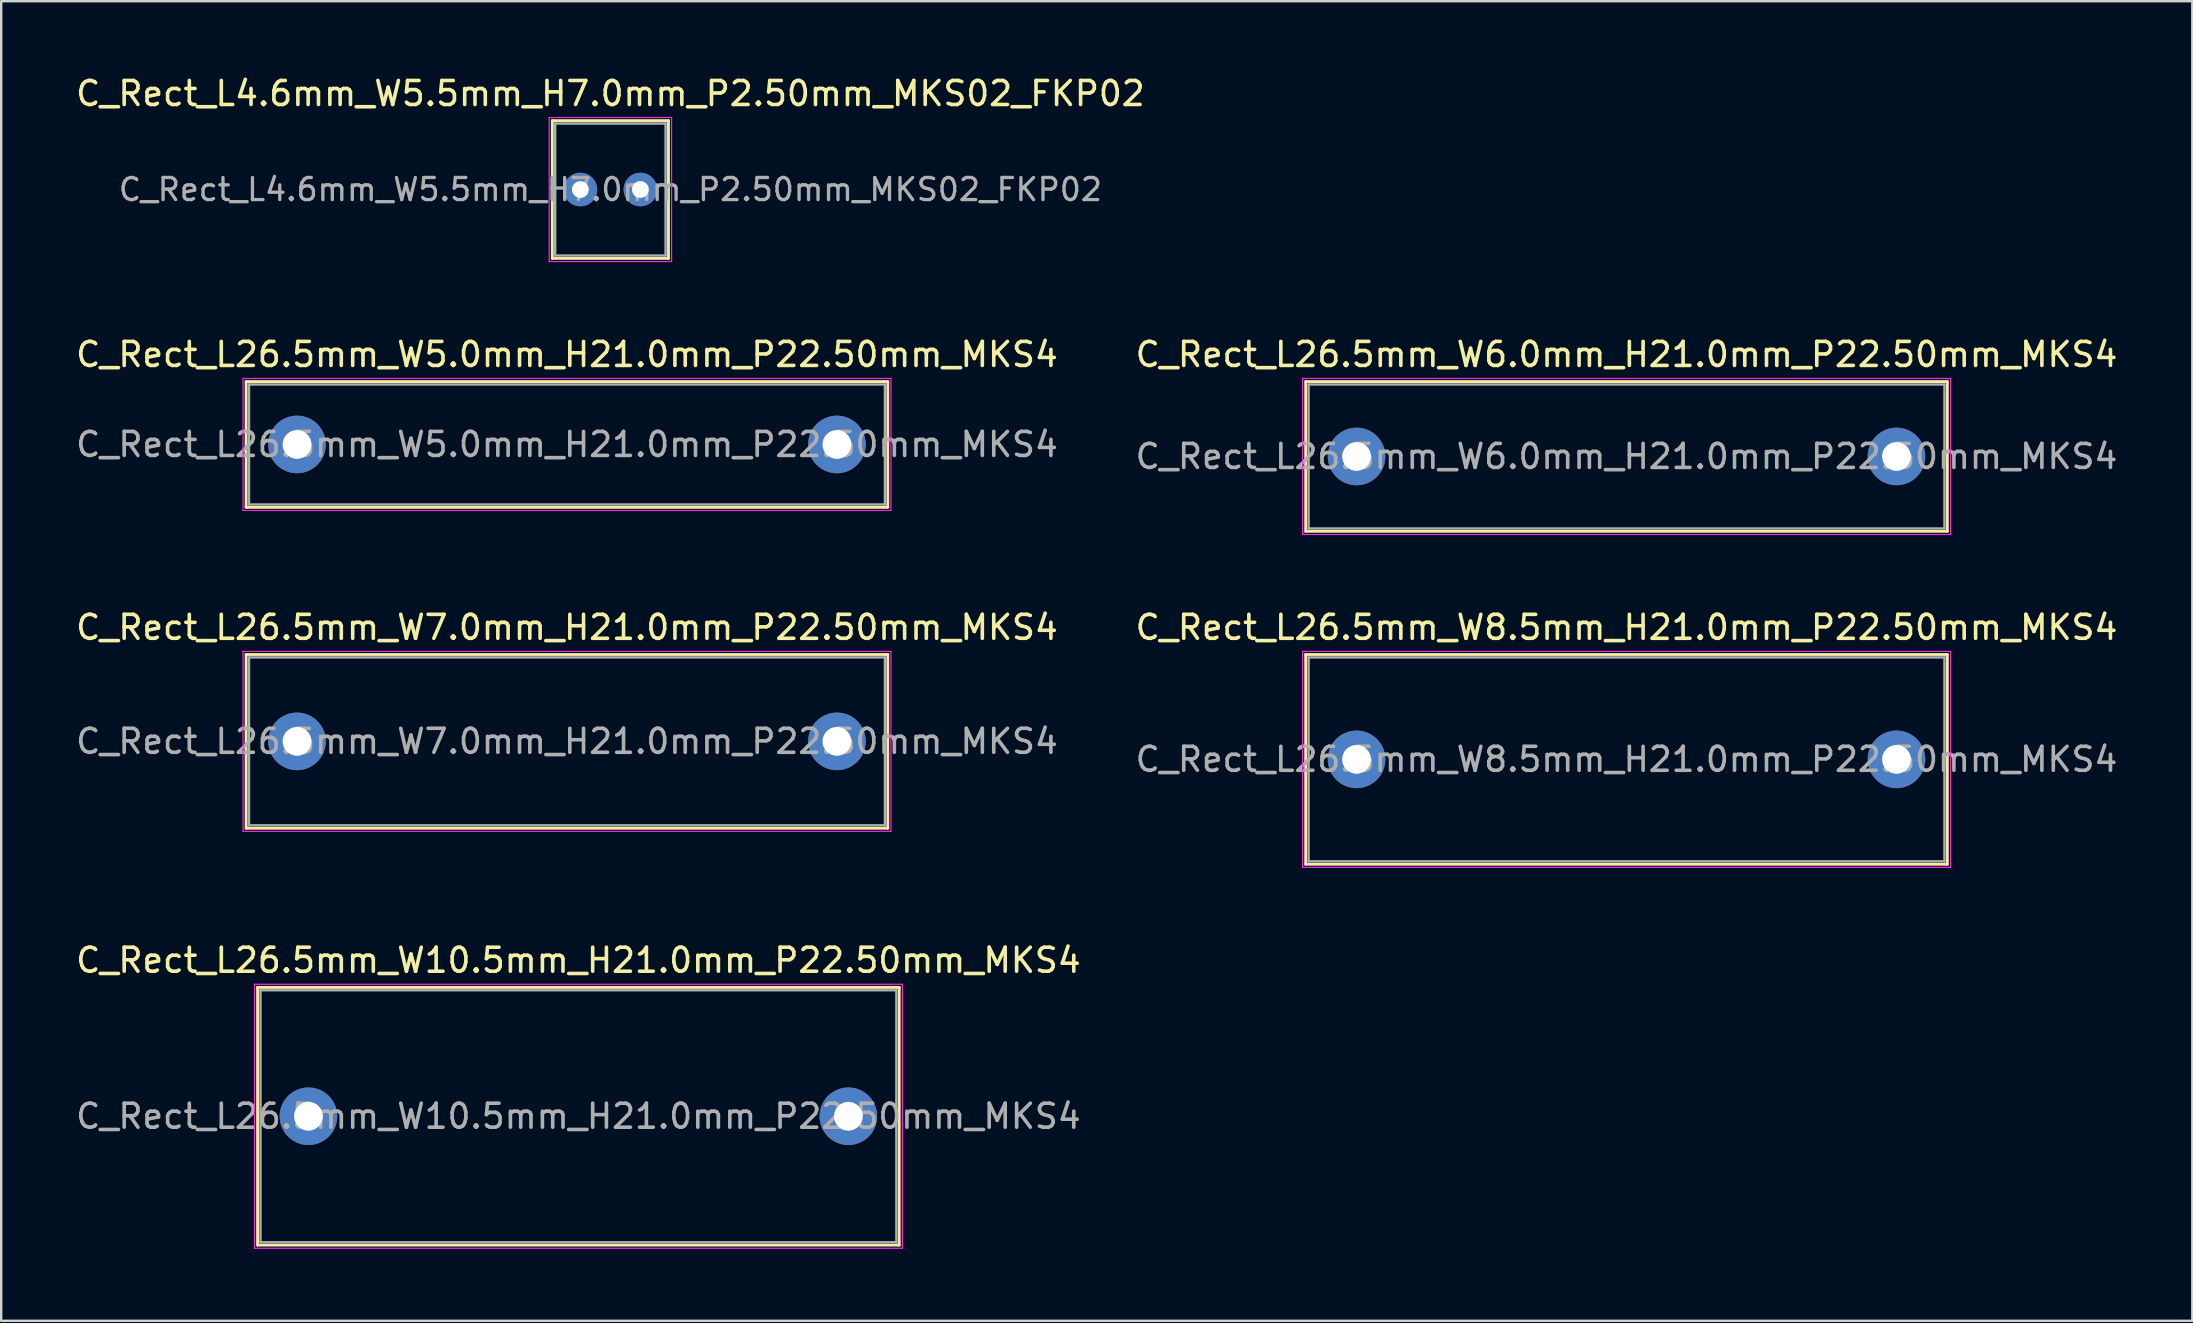
<source format=kicad_pcb>
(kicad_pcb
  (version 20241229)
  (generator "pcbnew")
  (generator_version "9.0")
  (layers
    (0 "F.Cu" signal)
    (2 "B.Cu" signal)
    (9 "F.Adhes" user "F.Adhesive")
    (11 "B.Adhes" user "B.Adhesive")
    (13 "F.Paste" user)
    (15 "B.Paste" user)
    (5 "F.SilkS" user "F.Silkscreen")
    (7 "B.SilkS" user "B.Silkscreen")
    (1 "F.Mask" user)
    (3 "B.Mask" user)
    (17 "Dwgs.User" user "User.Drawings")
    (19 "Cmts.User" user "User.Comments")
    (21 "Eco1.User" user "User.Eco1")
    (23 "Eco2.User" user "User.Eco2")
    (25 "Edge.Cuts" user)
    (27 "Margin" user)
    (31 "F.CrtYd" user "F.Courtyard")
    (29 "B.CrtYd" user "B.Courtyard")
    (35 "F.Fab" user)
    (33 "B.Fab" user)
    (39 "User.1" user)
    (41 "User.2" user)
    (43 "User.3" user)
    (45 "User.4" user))
  (footprint "C_Rect_L4.6mm_W5.5mm_H7.0mm_P2.50mm_MKS02_FKP02"
    (layer "F.Cu")
    (at 21.137 4.848)
    (property "Reference" "C_Rect_L4.6mm_W5.5mm_H7.0mm_P2.50mm_MKS02_FKP02" (at 1.25 -4 0) (layer "F.SilkS") (effects (font (size 1 1) (thickness 0.15))))
    (attr through_hole)
    (fp_line (start -1.17 -2.87) (end -1.17 2.87) (stroke (width 0.12) (type solid)) (layer "F.SilkS"))
    (fp_line (start -1.17 -2.87) (end 3.67 -2.87) (stroke (width 0.12) (type solid)) (layer "F.SilkS"))
    (fp_line (start -1.17 2.87) (end 3.67 2.87) (stroke (width 0.12) (type solid)) (layer "F.SilkS"))
    (fp_line (start 3.67 -2.87) (end 3.67 2.87) (stroke (width 0.12) (type solid)) (layer "F.SilkS"))
    (fp_line (start -1.3 -3) (end -1.3 3) (stroke (width 0.05) (type solid)) (layer "F.CrtYd"))
    (fp_line (start -1.3 3) (end 3.8 3) (stroke (width 0.05) (type solid)) (layer "F.CrtYd"))
    (fp_line (start 3.8 -3) (end -1.3 -3) (stroke (width 0.05) (type solid)) (layer "F.CrtYd"))
    (fp_line (start 3.8 3) (end 3.8 -3) (stroke (width 0.05) (type solid)) (layer "F.CrtYd"))
    (fp_line (start -1.05 -2.75) (end -1.05 2.75) (stroke (width 0.1) (type solid)) (layer "F.Fab"))
    (fp_line (start -1.05 2.75) (end 3.55 2.75) (stroke (width 0.1) (type solid)) (layer "F.Fab"))
    (fp_line (start 3.55 -2.75) (end -1.05 -2.75) (stroke (width 0.1) (type solid)) (layer "F.Fab"))
    (fp_line (start 3.55 2.75) (end 3.55 -2.75) (stroke (width 0.1) (type solid)) (layer "F.Fab"))
    (fp_text user "${REFERENCE}" (at 1.25 0 0) (layer "F.Fab") (effects (font (size 0.92 0.92) (thickness 0.138))))
    (pad "1" thru_hole circle (at 0 0) (size 1.4 1.4) (drill 0.7) (layers "*.Cu" "*.Mask"))
    (pad "2" thru_hole circle (at 2.5 0) (size 1.4 1.4) (drill 0.7) (layers "*.Cu" "*.Mask")))
  (footprint "C_Rect_L26.5mm_W5.0mm_H21.0mm_P22.50mm_MKS4"
    (layer "F.Cu")
    (at 9.327 15.472)
    (property "Reference" "C_Rect_L26.5mm_W5.0mm_H21.0mm_P22.50mm_MKS4" (at 11.25 -3.75 0) (layer "F.SilkS") (effects (font (size 1 1) (thickness 0.15))))
    (attr through_hole)
    (fp_line (start -2.12 -2.62) (end -2.12 2.62) (stroke (width 0.12) (type solid)) (layer "F.SilkS"))
    (fp_line (start -2.12 -2.62) (end 24.62 -2.62) (stroke (width 0.12) (type solid)) (layer "F.SilkS"))
    (fp_line (start -2.12 2.62) (end 24.62 2.62) (stroke (width 0.12) (type solid)) (layer "F.SilkS"))
    (fp_line (start 24.62 -2.62) (end 24.62 2.62) (stroke (width 0.12) (type solid)) (layer "F.SilkS"))
    (fp_line (start -2.25 -2.75) (end -2.25 2.75) (stroke (width 0.05) (type solid)) (layer "F.CrtYd"))
    (fp_line (start -2.25 2.75) (end 24.75 2.75) (stroke (width 0.05) (type solid)) (layer "F.CrtYd"))
    (fp_line (start 24.75 -2.75) (end -2.25 -2.75) (stroke (width 0.05) (type solid)) (layer "F.CrtYd"))
    (fp_line (start 24.75 2.75) (end 24.75 -2.75) (stroke (width 0.05) (type solid)) (layer "F.CrtYd"))
    (fp_line (start -2 -2.5) (end -2 2.5) (stroke (width 0.1) (type solid)) (layer "F.Fab"))
    (fp_line (start -2 2.5) (end 24.5 2.5) (stroke (width 0.1) (type solid)) (layer "F.Fab"))
    (fp_line (start 24.5 -2.5) (end -2 -2.5) (stroke (width 0.1) (type solid)) (layer "F.Fab"))
    (fp_line (start 24.5 2.5) (end 24.5 -2.5) (stroke (width 0.1) (type solid)) (layer "F.Fab"))
    (fp_text user "${REFERENCE}" (at 11.25 0 0) (layer "F.Fab") (effects (font (size 1 1) (thickness 0.15))))
    (pad "1" thru_hole circle (at 0 0) (size 2.4 2.4) (drill 1.2) (layers "*.Cu" "*.Mask"))
    (pad "2" thru_hole circle (at 22.5 0) (size 2.4 2.4) (drill 1.2) (layers "*.Cu" "*.Mask")))
  (footprint "C_Rect_L26.5mm_W7.0mm_H21.0mm_P22.50mm_MKS4"
    (layer "F.Cu")
    (at 9.327 27.845)
    (property "Reference" "C_Rect_L26.5mm_W7.0mm_H21.0mm_P22.50mm_MKS4" (at 11.25 -4.75 0) (layer "F.SilkS") (effects (font (size 1 1) (thickness 0.15))))
    (attr through_hole)
    (fp_line (start -2.12 -3.62) (end -2.12 3.62) (stroke (width 0.12) (type solid)) (layer "F.SilkS"))
    (fp_line (start -2.12 -3.62) (end 24.62 -3.62) (stroke (width 0.12) (type solid)) (layer "F.SilkS"))
    (fp_line (start -2.12 3.62) (end 24.62 3.62) (stroke (width 0.12) (type solid)) (layer "F.SilkS"))
    (fp_line (start 24.62 -3.62) (end 24.62 3.62) (stroke (width 0.12) (type solid)) (layer "F.SilkS"))
    (fp_line (start -2.25 -3.75) (end -2.25 3.75) (stroke (width 0.05) (type solid)) (layer "F.CrtYd"))
    (fp_line (start -2.25 3.75) (end 24.75 3.75) (stroke (width 0.05) (type solid)) (layer "F.CrtYd"))
    (fp_line (start 24.75 -3.75) (end -2.25 -3.75) (stroke (width 0.05) (type solid)) (layer "F.CrtYd"))
    (fp_line (start 24.75 3.75) (end 24.75 -3.75) (stroke (width 0.05) (type solid)) (layer "F.CrtYd"))
    (fp_line (start -2 -3.5) (end -2 3.5) (stroke (width 0.1) (type solid)) (layer "F.Fab"))
    (fp_line (start -2 3.5) (end 24.5 3.5) (stroke (width 0.1) (type solid)) (layer "F.Fab"))
    (fp_line (start 24.5 -3.5) (end -2 -3.5) (stroke (width 0.1) (type solid)) (layer "F.Fab"))
    (fp_line (start 24.5 3.5) (end 24.5 -3.5) (stroke (width 0.1) (type solid)) (layer "F.Fab"))
    (fp_text user "${REFERENCE}" (at 11.25 0 0) (layer "F.Fab") (effects (font (size 1 1) (thickness 0.15))))
    (pad "1" thru_hole circle (at 0 0) (size 2.4 2.4) (drill 1.2) (layers "*.Cu" "*.Mask"))
    (pad "2" thru_hole circle (at 22.5 0) (size 2.4 2.4) (drill 1.2) (layers "*.Cu" "*.Mask")))
  (footprint "C_Rect_L26.5mm_W10.5mm_H21.0mm_P22.50mm_MKS4"
    (layer "F.Cu")
    (at 9.804 43.468)
    (property "Reference" "C_Rect_L26.5mm_W10.5mm_H21.0mm_P22.50mm_MKS4" (at 11.25 -6.5 0) (layer "F.SilkS") (effects (font (size 1 1) (thickness 0.15))))
    (attr through_hole)
    (fp_line (start -2.12 -5.37) (end -2.12 5.37) (stroke (width 0.12) (type solid)) (layer "F.SilkS"))
    (fp_line (start -2.12 -5.37) (end 24.62 -5.37) (stroke (width 0.12) (type solid)) (layer "F.SilkS"))
    (fp_line (start -2.12 5.37) (end 24.62 5.37) (stroke (width 0.12) (type solid)) (layer "F.SilkS"))
    (fp_line (start 24.62 -5.37) (end 24.62 5.37) (stroke (width 0.12) (type solid)) (layer "F.SilkS"))
    (fp_line (start -2.25 -5.5) (end -2.25 5.5) (stroke (width 0.05) (type solid)) (layer "F.CrtYd"))
    (fp_line (start -2.25 5.5) (end 24.75 5.5) (stroke (width 0.05) (type solid)) (layer "F.CrtYd"))
    (fp_line (start 24.75 -5.5) (end -2.25 -5.5) (stroke (width 0.05) (type solid)) (layer "F.CrtYd"))
    (fp_line (start 24.75 5.5) (end 24.75 -5.5) (stroke (width 0.05) (type solid)) (layer "F.CrtYd"))
    (fp_line (start -2 -5.25) (end -2 5.25) (stroke (width 0.1) (type solid)) (layer "F.Fab"))
    (fp_line (start -2 5.25) (end 24.5 5.25) (stroke (width 0.1) (type solid)) (layer "F.Fab"))
    (fp_line (start 24.5 -5.25) (end -2 -5.25) (stroke (width 0.1) (type solid)) (layer "F.Fab"))
    (fp_line (start 24.5 5.25) (end 24.5 -5.25) (stroke (width 0.1) (type solid)) (layer "F.Fab"))
    (fp_text user "${REFERENCE}" (at 11.25 0 0) (layer "F.Fab") (effects (font (size 1 1) (thickness 0.15))))
    (pad "1" thru_hole circle (at 0 0) (size 2.4 2.4) (drill 1.2) (layers "*.Cu" "*.Mask"))
    (pad "2" thru_hole circle (at 22.5 0) (size 2.4 2.4) (drill 1.2) (layers "*.Cu" "*.Mask")))
  (footprint "C_Rect_L26.5mm_W8.5mm_H21.0mm_P22.50mm_MKS4"
    (layer "F.Cu")
    (at 53.482 28.595)
    (property "Reference" "C_Rect_L26.5mm_W8.5mm_H21.0mm_P22.50mm_MKS4" (at 11.25 -5.5 0) (layer "F.SilkS") (effects (font (size 1 1) (thickness 0.15))))
    (attr through_hole)
    (fp_line (start -2.12 -4.37) (end -2.12 4.37) (stroke (width 0.12) (type solid)) (layer "F.SilkS"))
    (fp_line (start -2.12 -4.37) (end 24.62 -4.37) (stroke (width 0.12) (type solid)) (layer "F.SilkS"))
    (fp_line (start -2.12 4.37) (end 24.62 4.37) (stroke (width 0.12) (type solid)) (layer "F.SilkS"))
    (fp_line (start 24.62 -4.37) (end 24.62 4.37) (stroke (width 0.12) (type solid)) (layer "F.SilkS"))
    (fp_line (start -2.25 -4.5) (end -2.25 4.5) (stroke (width 0.05) (type solid)) (layer "F.CrtYd"))
    (fp_line (start -2.25 4.5) (end 24.75 4.5) (stroke (width 0.05) (type solid)) (layer "F.CrtYd"))
    (fp_line (start 24.75 -4.5) (end -2.25 -4.5) (stroke (width 0.05) (type solid)) (layer "F.CrtYd"))
    (fp_line (start 24.75 4.5) (end 24.75 -4.5) (stroke (width 0.05) (type solid)) (layer "F.CrtYd"))
    (fp_line (start -2 -4.25) (end -2 4.25) (stroke (width 0.1) (type solid)) (layer "F.Fab"))
    (fp_line (start -2 4.25) (end 24.5 4.25) (stroke (width 0.1) (type solid)) (layer "F.Fab"))
    (fp_line (start 24.5 -4.25) (end -2 -4.25) (stroke (width 0.1) (type solid)) (layer "F.Fab"))
    (fp_line (start 24.5 4.25) (end 24.5 -4.25) (stroke (width 0.1) (type solid)) (layer "F.Fab"))
    (fp_text user "${REFERENCE}" (at 11.25 0 0) (layer "F.Fab") (effects (font (size 1 1) (thickness 0.15))))
    (pad "1" thru_hole circle (at 0 0) (size 2.4 2.4) (drill 1.2) (layers "*.Cu" "*.Mask"))
    (pad "2" thru_hole circle (at 22.5 0) (size 2.4 2.4) (drill 1.2) (layers "*.Cu" "*.Mask")))
  (footprint "C_Rect_L26.5mm_W6.0mm_H21.0mm_P22.50mm_MKS4"
    (layer "F.Cu")
    (at 53.482 15.972)
    (property "Reference" "C_Rect_L26.5mm_W6.0mm_H21.0mm_P22.50mm_MKS4" (at 11.25 -4.25 0) (layer "F.SilkS") (effects (font (size 1 1) (thickness 0.15))))
    (attr through_hole)
    (fp_line (start -2.12 -3.12) (end -2.12 3.12) (stroke (width 0.12) (type solid)) (layer "F.SilkS"))
    (fp_line (start -2.12 -3.12) (end 24.62 -3.12) (stroke (width 0.12) (type solid)) (layer "F.SilkS"))
    (fp_line (start -2.12 3.12) (end 24.62 3.12) (stroke (width 0.12) (type solid)) (layer "F.SilkS"))
    (fp_line (start 24.62 -3.12) (end 24.62 3.12) (stroke (width 0.12) (type solid)) (layer "F.SilkS"))
    (fp_line (start -2.25 -3.25) (end -2.25 3.25) (stroke (width 0.05) (type solid)) (layer "F.CrtYd"))
    (fp_line (start -2.25 3.25) (end 24.75 3.25) (stroke (width 0.05) (type solid)) (layer "F.CrtYd"))
    (fp_line (start 24.75 -3.25) (end -2.25 -3.25) (stroke (width 0.05) (type solid)) (layer "F.CrtYd"))
    (fp_line (start 24.75 3.25) (end 24.75 -3.25) (stroke (width 0.05) (type solid)) (layer "F.CrtYd"))
    (fp_line (start -2 -3) (end -2 3) (stroke (width 0.1) (type solid)) (layer "F.Fab"))
    (fp_line (start -2 3) (end 24.5 3) (stroke (width 0.1) (type solid)) (layer "F.Fab"))
    (fp_line (start 24.5 -3) (end -2 -3) (stroke (width 0.1) (type solid)) (layer "F.Fab"))
    (fp_line (start 24.5 3) (end 24.5 -3) (stroke (width 0.1) (type solid)) (layer "F.Fab"))
    (fp_text user "${REFERENCE}" (at 11.25 0 0) (layer "F.Fab") (effects (font (size 1 1) (thickness 0.15))))
    (pad "1" thru_hole circle (at 0 0) (size 2.4 2.4) (drill 1.2) (layers "*.Cu" "*.Mask"))
    (pad "2" thru_hole circle (at 22.5 0) (size 2.4 2.4) (drill 1.2) (layers "*.Cu" "*.Mask")))
  (gr_rect
    (start -3 -3)
    (end 88.31 51.993)
    (stroke (width 0.1) (type default))
    (fill no)
    (layer "Edge.Cuts")))
</source>
